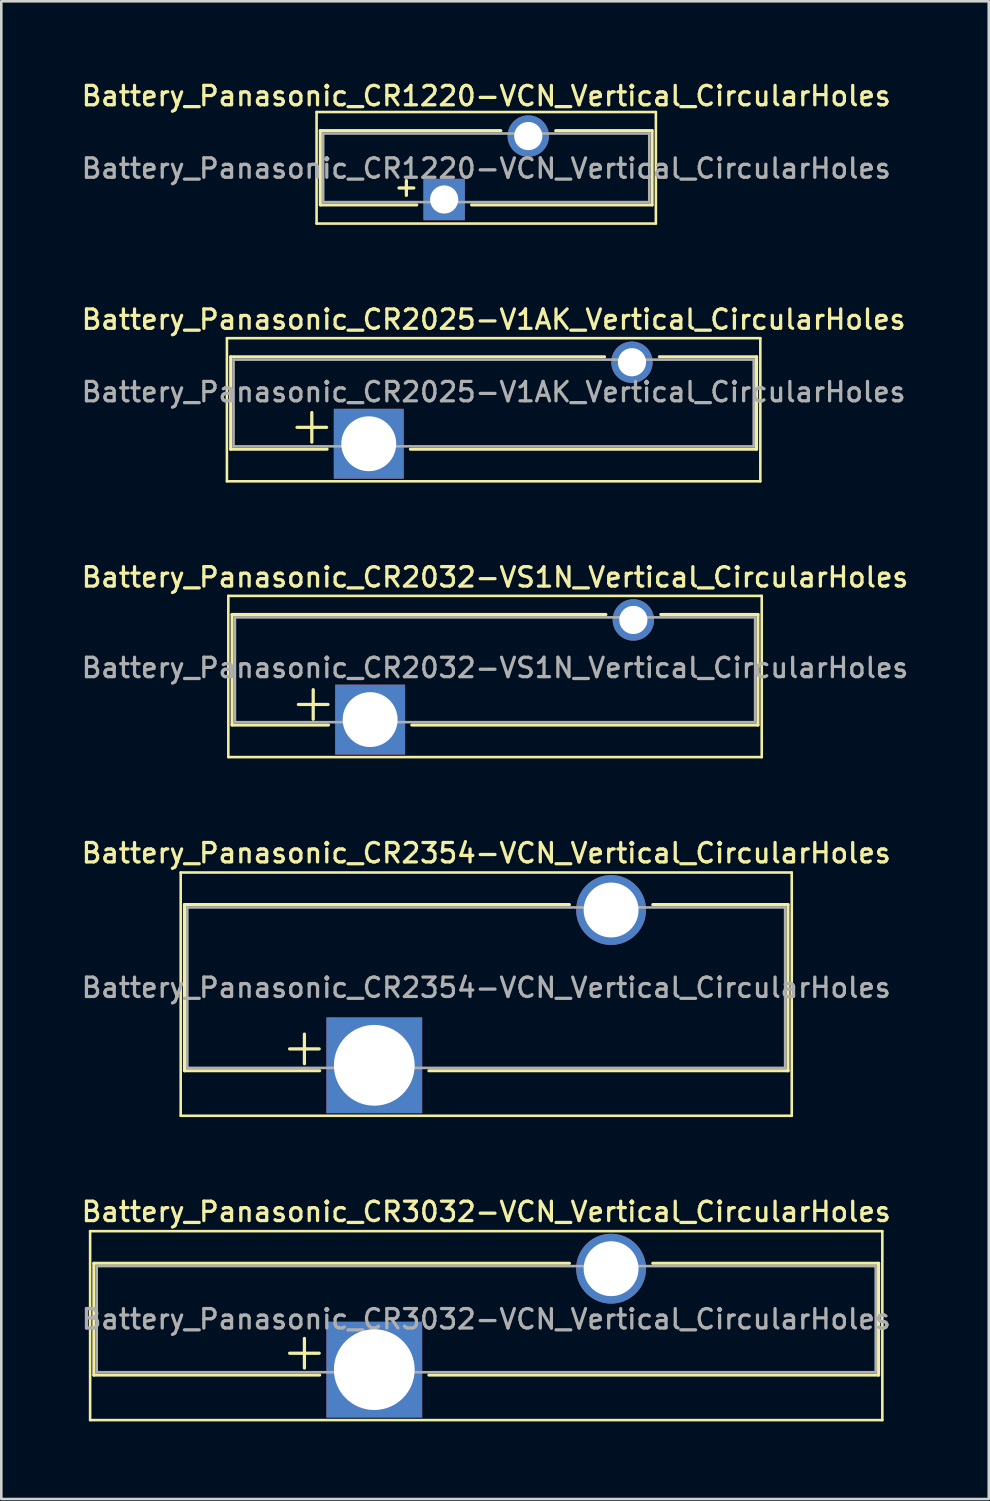
<source format=kicad_pcb>
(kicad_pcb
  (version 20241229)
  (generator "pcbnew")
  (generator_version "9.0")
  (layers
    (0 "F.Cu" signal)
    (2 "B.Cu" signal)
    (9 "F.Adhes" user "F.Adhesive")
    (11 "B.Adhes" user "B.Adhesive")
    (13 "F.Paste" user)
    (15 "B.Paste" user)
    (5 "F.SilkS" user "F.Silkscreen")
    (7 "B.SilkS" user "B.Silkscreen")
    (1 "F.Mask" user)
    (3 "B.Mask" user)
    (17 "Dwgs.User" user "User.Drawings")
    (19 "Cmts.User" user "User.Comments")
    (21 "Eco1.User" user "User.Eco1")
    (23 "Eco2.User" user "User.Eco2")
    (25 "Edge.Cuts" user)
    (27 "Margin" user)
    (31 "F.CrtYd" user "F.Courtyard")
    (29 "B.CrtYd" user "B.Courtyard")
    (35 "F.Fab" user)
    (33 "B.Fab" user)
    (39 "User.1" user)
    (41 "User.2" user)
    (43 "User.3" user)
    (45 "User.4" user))
  (footprint "Battery_Panasonic_CR1220-VCN_Vertical_CircularHoles"
    (layer "F.Cu")
    (at 14.112 4.658)
    (property "Reference" "Battery_Panasonic_CR1220-VCN_Vertical_CircularHoles" (at 1.625 -4 0) (layer "F.SilkS") (effects (font (size 0.75 0.75) (thickness 0.125))))
    (attr through_hole)
    (fp_line (start -4.93 -3.38) (end 8.18 -3.38) (stroke (width 0.1) (type solid)) (layer "F.SilkS"))
    (fp_line (start -4.93 0.93) (end -4.93 -3.38) (stroke (width 0.1) (type solid)) (layer "F.SilkS"))
    (fp_line (start -4.93 0.93) (end 8.18 0.93) (stroke (width 0.1) (type solid)) (layer "F.SilkS"))
    (fp_line (start -4.785 -2.66) (end 2.19 -2.66) (stroke (width 0.12) (type solid)) (layer "F.SilkS"))
    (fp_line (start -4.785 0.21) (end -4.785 -2.66) (stroke (width 0.12) (type solid)) (layer "F.SilkS"))
    (fp_line (start -4.78 0.21) (end -1.06 0.21) (stroke (width 0.12) (type solid)) (layer "F.SilkS"))
    (fp_line (start 1.06 0.21) (end 8.035 0.21) (stroke (width 0.12) (type solid)) (layer "F.SilkS"))
    (fp_line (start 4.31 -2.66) (end 8.035 -2.66) (stroke (width 0.12) (type solid)) (layer "F.SilkS"))
    (fp_line (start 8.035 0.21) (end 8.035 -2.66) (stroke (width 0.12) (type solid)) (layer "F.SilkS"))
    (fp_line (start 8.18 0.93) (end 8.18 -3.38) (stroke (width 0.1) (type solid)) (layer "F.SilkS"))
    (fp_line (start -4.675 -2.55) (end 7.925 -2.55) (stroke (width 0.1) (type solid)) (layer "F.Fab"))
    (fp_line (start -4.675 0.1) (end -4.675 -2.55) (stroke (width 0.1) (type solid)) (layer "F.Fab"))
    (fp_line (start -4.675 0.1) (end 7.925 0.1) (stroke (width 0.1) (type solid)) (layer "F.Fab"))
    (fp_line (start 7.925 0.1) (end 7.925 -2.55) (stroke (width 0.1) (type solid)) (layer "F.Fab"))
    (fp_text user "+" (at -1.46 -0.5 0) (layer "F.SilkS") (effects (font (size 0.75 0.75) (thickness 0.125))))
    (fp_text user "${REFERENCE}" (at 1.625 -1.2 180) (layer "F.Fab") (effects (font (size 0.75 0.75) (thickness 0.125))))
    (pad "1" thru_hole rect (at 0 0 90) (size 1.6 1.6) (drill 1.09) (layers "*.Cu" "*.Mask"))
    (pad "2" thru_hole circle (at 3.25 -2.45) (size 1.6 1.6) (drill 1.09) (layers "*.Cu" "*.Mask")))
  (footprint "Battery_Panasonic_CR2032-VS1N_Vertical_CircularHoles"
    (layer "F.Cu")
    (at 11.252 24.754)
    (property "Reference" "Battery_Panasonic_CR2032-VS1N_Vertical_CircularHoles" (at 4.825 -5.5 0) (layer "F.SilkS") (effects (font (size 0.75 0.75) (thickness 0.125))))
    (attr through_hole)
    (fp_line (start -5.48 -4.78) (end -5.48 1.45) (stroke (width 0.1) (type solid)) (layer "F.SilkS"))
    (fp_line (start -5.48 -4.78) (end 15.13 -4.78) (stroke (width 0.1) (type solid)) (layer "F.SilkS"))
    (fp_line (start -5.48 1.45) (end 15.13 1.45) (stroke (width 0.1) (type solid)) (layer "F.SilkS"))
    (fp_line (start -5.335 -4.06) (end -5.335 0.21) (stroke (width 0.12) (type solid)) (layer "F.SilkS"))
    (fp_line (start -5.335 -4.06) (end 9.11 -4.06) (stroke (width 0.12) (type solid)) (layer "F.SilkS"))
    (fp_line (start -5.335 0.21) (end -1.61 0.21) (stroke (width 0.12) (type solid)) (layer "F.SilkS"))
    (fp_line (start 1.61 0.21) (end 14.985 0.21) (stroke (width 0.12) (type solid)) (layer "F.SilkS"))
    (fp_line (start 11.23 -4.06) (end 14.985 -4.06) (stroke (width 0.12) (type solid)) (layer "F.SilkS"))
    (fp_line (start 14.985 -4.06) (end 14.985 0.21) (stroke (width 0.12) (type solid)) (layer "F.SilkS"))
    (fp_line (start 15.13 -4.78) (end 15.13 1.45) (stroke (width 0.1) (type solid)) (layer "F.SilkS"))
    (fp_line (start -5.225 -3.95) (end -5.225 0.1) (stroke (width 0.1) (type solid)) (layer "F.Fab"))
    (fp_line (start -5.225 -3.95) (end 14.875 -3.95) (stroke (width 0.1) (type solid)) (layer "F.Fab"))
    (fp_line (start -5.225 0.1) (end 14.875 0.1) (stroke (width 0.1) (type solid)) (layer "F.Fab"))
    (fp_line (start 14.875 -3.95) (end 14.875 0.1) (stroke (width 0.1) (type solid)) (layer "F.Fab"))
    (fp_text user "+" (at -2.2 -0.7 0) (layer "F.SilkS") (effects (font (size 1.5 1.5) (thickness 0.125))))
    (fp_text user "${REFERENCE}" (at 4.825 -2 180) (layer "F.Fab") (effects (font (size 0.75 0.75) (thickness 0.125))))
    (pad "1" thru_hole rect (at 0 0 90) (size 2.7 2.7) (drill 2.12) (layers "*.Cu" "*.Mask"))
    (pad "2" thru_hole circle (at 10.17 -3.85) (size 1.6 1.6) (drill 1.09) (layers "*.Cu" "*.Mask")))
  (footprint "Battery_Panasonic_CR2025-V1AK_Vertical_CircularHoles"
    (layer "F.Cu")
    (at 11.198 14.096)
    (property "Reference" "Battery_Panasonic_CR2025-V1AK_Vertical_CircularHoles" (at 4.825 -4.8 0) (layer "F.SilkS") (effects (font (size 0.75 0.75) (thickness 0.125))))
    (attr through_hole)
    (fp_line (start -5.48 -4.08) (end -5.48 1.45) (stroke (width 0.1) (type solid)) (layer "F.SilkS"))
    (fp_line (start -5.48 -4.08) (end 15.13 -4.08) (stroke (width 0.1) (type solid)) (layer "F.SilkS"))
    (fp_line (start -5.48 1.45) (end 15.13 1.45) (stroke (width 0.1) (type solid)) (layer "F.SilkS"))
    (fp_line (start -5.335 -3.36) (end -5.335 0.21) (stroke (width 0.12) (type solid)) (layer "F.SilkS"))
    (fp_line (start -5.335 -3.36) (end 9.11 -3.36) (stroke (width 0.12) (type solid)) (layer "F.SilkS"))
    (fp_line (start -5.335 0.21) (end -1.61 0.21) (stroke (width 0.12) (type solid)) (layer "F.SilkS"))
    (fp_line (start 1.61 0.21) (end 14.985 0.21) (stroke (width 0.12) (type solid)) (layer "F.SilkS"))
    (fp_line (start 11.23 -3.36) (end 14.985 -3.36) (stroke (width 0.12) (type solid)) (layer "F.SilkS"))
    (fp_line (start 14.985 -3.36) (end 14.985 0.21) (stroke (width 0.12) (type solid)) (layer "F.SilkS"))
    (fp_line (start 15.13 -4.08) (end 15.13 1.45) (stroke (width 0.1) (type solid)) (layer "F.SilkS"))
    (fp_line (start -5.225 -3.25) (end -5.225 0.1) (stroke (width 0.1) (type solid)) (layer "F.Fab"))
    (fp_line (start -5.225 -3.25) (end 14.875 -3.25) (stroke (width 0.1) (type solid)) (layer "F.Fab"))
    (fp_line (start -5.225 0.1) (end 14.875 0.1) (stroke (width 0.1) (type solid)) (layer "F.Fab"))
    (fp_line (start 14.875 -3.25) (end 14.875 0.1) (stroke (width 0.1) (type solid)) (layer "F.Fab"))
    (fp_text user "+" (at -2.2 -0.75 0) (layer "F.SilkS") (effects (font (size 1.5 1.5) (thickness 0.125))))
    (fp_text user "${REFERENCE}" (at 4.825 -2 180) (layer "F.Fab") (effects (font (size 0.75 0.75) (thickness 0.125))))
    (pad "1" thru_hole rect (at 0 0 90) (size 2.7 2.7) (drill 2.12) (layers "*.Cu" "*.Mask"))
    (pad "2" thru_hole circle (at 10.17 -3.15) (size 1.6 1.6) (drill 1.09) (layers "*.Cu" "*.Mask")))
  (footprint "Battery_Panasonic_CR2354-VCN_Vertical_CircularHoles"
    (layer "F.Cu")
    (at 11.412 38.112)
    (property "Reference" "Battery_Panasonic_CR2354-VCN_Vertical_CircularHoles" (at 4.325 -8.2 0) (layer "F.SilkS") (effects (font (size 0.75 0.75) (thickness 0.125))))
    (attr through_hole)
    (fp_line (start -7.48 -7.45) (end -7.48 1.95) (stroke (width 0.1) (type solid)) (layer "F.SilkS"))
    (fp_line (start -7.48 -7.45) (end 16.13 -7.45) (stroke (width 0.1) (type solid)) (layer "F.SilkS"))
    (fp_line (start -7.48 1.95) (end 16.13 1.95) (stroke (width 0.1) (type solid)) (layer "F.SilkS"))
    (fp_line (start -7.335 -6.21) (end -7.335 0.21) (stroke (width 0.12) (type solid)) (layer "F.SilkS"))
    (fp_line (start -7.335 -6.21) (end 7.54 -6.21) (stroke (width 0.12) (type solid)) (layer "F.SilkS"))
    (fp_line (start -7.335 0.21) (end -2.11 0.21) (stroke (width 0.12) (type solid)) (layer "F.SilkS"))
    (fp_line (start 2.11 0.21) (end 15.992 0.21) (stroke (width 0.12) (type solid)) (layer "F.SilkS"))
    (fp_line (start 10.76 -6.21) (end 15.985 -6.21) (stroke (width 0.12) (type solid)) (layer "F.SilkS"))
    (fp_line (start 15.985 -6.21) (end 15.985 0.21) (stroke (width 0.12) (type solid)) (layer "F.SilkS"))
    (fp_line (start 16.13 -7.45) (end 16.13 1.95) (stroke (width 0.1) (type solid)) (layer "F.SilkS"))
    (fp_line (start -7.225 -6.1) (end -7.225 0.1) (stroke (width 0.1) (type solid)) (layer "F.Fab"))
    (fp_line (start -7.225 -6.1) (end 15.875 -6.1) (stroke (width 0.1) (type solid)) (layer "F.Fab"))
    (fp_line (start -7.225 0.1) (end 15.875 0.1) (stroke (width 0.1) (type solid)) (layer "F.Fab"))
    (fp_line (start 15.875 -6.1) (end 15.875 0.1) (stroke (width 0.1) (type solid)) (layer "F.Fab"))
    (fp_text user "+" (at -2.7 -0.75 0) (layer "F.SilkS") (effects (font (size 1.5 1.5) (thickness 0.125))))
    (fp_text user "${REFERENCE}" (at 4.325 -3 180) (layer "F.Fab") (effects (font (size 0.75 0.75) (thickness 0.125))))
    (pad "1" thru_hole rect (at 0 0) (size 3.7 3.7) (drill 3.12) (layers "*.Cu" "*.Mask"))
    (pad "2" thru_hole circle (at 9.15 -6) (size 2.7 2.7) (drill 2.12) (layers "*.Cu" "*.Mask")))
  (footprint "Battery_Panasonic_CR3032-VCN_Vertical_CircularHoles"
    (layer "F.Cu")
    (at 11.412 49.871)
    (property "Reference" "Battery_Panasonic_CR3032-VCN_Vertical_CircularHoles" (at 4.325 -6.1 0) (layer "F.SilkS") (effects (font (size 0.75 0.75) (thickness 0.125))))
    (attr through_hole)
    (fp_line (start -10.98 -5.35) (end -10.98 1.95) (stroke (width 0.1) (type solid)) (layer "F.SilkS"))
    (fp_line (start -10.98 -5.35) (end 19.63 -5.35) (stroke (width 0.1) (type solid)) (layer "F.SilkS"))
    (fp_line (start -10.98 1.95) (end 19.63 1.95) (stroke (width 0.1) (type solid)) (layer "F.SilkS"))
    (fp_line (start -10.835 -4.11) (end -10.835 0.21) (stroke (width 0.12) (type solid)) (layer "F.SilkS"))
    (fp_line (start -10.835 -4.11) (end 7.54 -4.11) (stroke (width 0.12) (type solid)) (layer "F.SilkS"))
    (fp_line (start -10.835 0.21) (end -2.11 0.21) (stroke (width 0.12) (type solid)) (layer "F.SilkS"))
    (fp_line (start 2.11 0.21) (end 19.485 0.21) (stroke (width 0.12) (type solid)) (layer "F.SilkS"))
    (fp_line (start 10.76 -4.11) (end 19.485 -4.11) (stroke (width 0.12) (type solid)) (layer "F.SilkS"))
    (fp_line (start 19.485 -4.11) (end 19.485 0.21) (stroke (width 0.12) (type solid)) (layer "F.SilkS"))
    (fp_line (start 19.63 -5.35) (end 19.63 1.95) (stroke (width 0.1) (type solid)) (layer "F.SilkS"))
    (fp_line (start -10.725 -4) (end -10.725 0.1) (stroke (width 0.1) (type solid)) (layer "F.Fab"))
    (fp_line (start -10.725 -4) (end 19.375 -4) (stroke (width 0.1) (type solid)) (layer "F.Fab"))
    (fp_line (start -10.725 0.1) (end 19.375 0.1) (stroke (width 0.1) (type solid)) (layer "F.Fab"))
    (fp_line (start 19.375 -4) (end 19.375 0.1) (stroke (width 0.1) (type solid)) (layer "F.Fab"))
    (fp_text user "+" (at -2.7 -0.75 0) (layer "F.SilkS") (effects (font (size 1.5 1.5) (thickness 0.125))))
    (fp_text user "${REFERENCE}" (at 4.325 -1.95 180) (layer "F.Fab") (effects (font (size 0.75 0.75) (thickness 0.125))))
    (pad "1" thru_hole rect (at 0 0) (size 3.7 3.7) (drill 3.12) (layers "*.Cu" "*.Mask"))
    (pad "2" thru_hole circle (at 9.15 -3.9) (size 2.7 2.7) (drill 2.12) (layers "*.Cu" "*.Mask")))
  (gr_rect
    (start -3 -3)
    (end 35.154 54.871)
    (stroke (width 0.1) (type default))
    (fill no)
    (layer "Edge.Cuts")))
</source>
